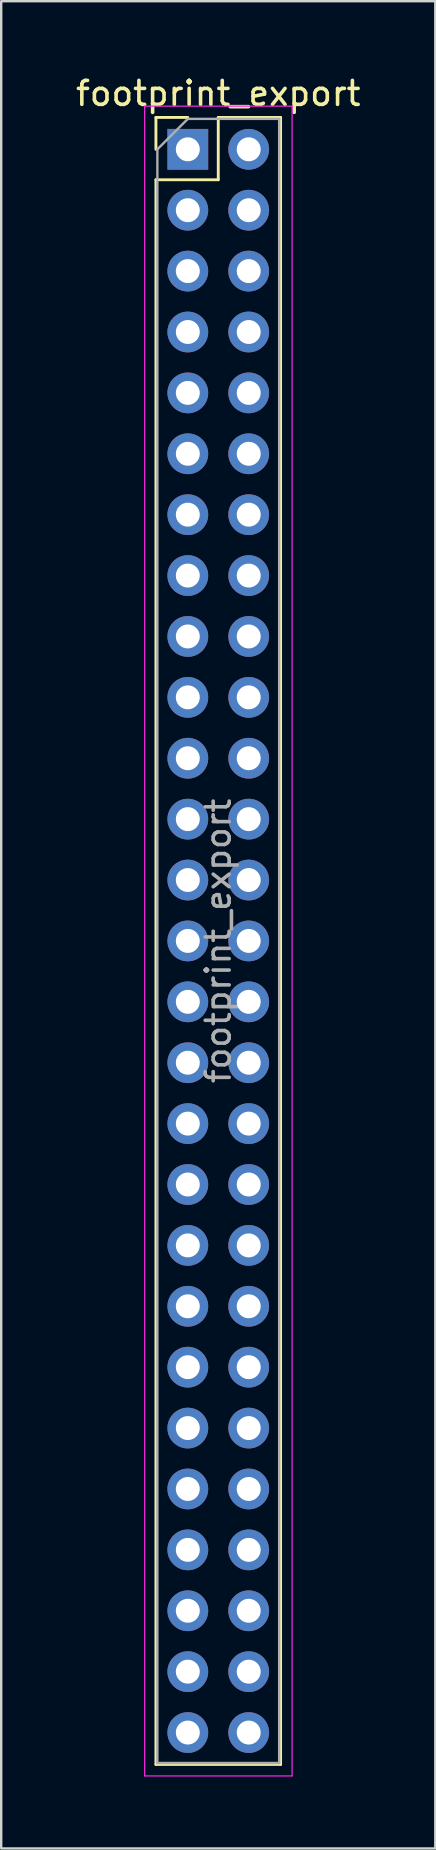
<source format=kicad_pcb>
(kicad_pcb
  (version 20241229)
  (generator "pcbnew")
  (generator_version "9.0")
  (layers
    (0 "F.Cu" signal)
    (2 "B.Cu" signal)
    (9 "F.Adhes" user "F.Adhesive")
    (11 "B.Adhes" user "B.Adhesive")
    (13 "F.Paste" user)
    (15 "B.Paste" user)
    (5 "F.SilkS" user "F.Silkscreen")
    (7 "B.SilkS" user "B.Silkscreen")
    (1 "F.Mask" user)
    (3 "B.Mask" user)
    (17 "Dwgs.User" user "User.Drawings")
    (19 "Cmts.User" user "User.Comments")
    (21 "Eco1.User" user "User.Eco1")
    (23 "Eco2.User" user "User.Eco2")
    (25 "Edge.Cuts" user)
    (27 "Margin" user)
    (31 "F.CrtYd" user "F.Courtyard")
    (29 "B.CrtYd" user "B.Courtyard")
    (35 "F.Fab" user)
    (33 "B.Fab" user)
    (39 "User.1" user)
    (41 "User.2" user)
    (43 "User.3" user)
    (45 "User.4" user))
  (footprint "footprint_export"
    (layer "F.Cu")
    (at 4.784 3.178)
    (property "Reference" "footprint_export" (at 1.27 -2.33 0) (layer "F.SilkS") (effects (font (size 1 1) (thickness 0.15))))
    (attr through_hole)
    (fp_line (start -1.33 -1.33) (end 0 -1.33) (stroke (width 0.12) (type solid)) (layer "F.SilkS"))
    (fp_line (start -1.33 0) (end -1.33 -1.33) (stroke (width 0.12) (type solid)) (layer "F.SilkS"))
    (fp_line (start -1.33 1.27) (end -1.33 67.37) (stroke (width 0.12) (type solid)) (layer "F.SilkS"))
    (fp_line (start -1.33 1.27) (end 1.27 1.27) (stroke (width 0.12) (type solid)) (layer "F.SilkS"))
    (fp_line (start -1.33 67.37) (end 3.87 67.37) (stroke (width 0.12) (type solid)) (layer "F.SilkS"))
    (fp_line (start 1.27 -1.33) (end 3.87 -1.33) (stroke (width 0.12) (type solid)) (layer "F.SilkS"))
    (fp_line (start 1.27 1.27) (end 1.27 -1.33) (stroke (width 0.12) (type solid)) (layer "F.SilkS"))
    (fp_line (start 3.87 -1.33) (end 3.87 67.37) (stroke (width 0.12) (type solid)) (layer "F.SilkS"))
    (fp_line (start -1.8 -1.8) (end -1.8 67.85) (stroke (width 0.05) (type solid)) (layer "F.CrtYd"))
    (fp_line (start -1.8 67.85) (end 4.35 67.85) (stroke (width 0.05) (type solid)) (layer "F.CrtYd"))
    (fp_line (start 4.35 -1.8) (end -1.8 -1.8) (stroke (width 0.05) (type solid)) (layer "F.CrtYd"))
    (fp_line (start 4.35 67.85) (end 4.35 -1.8) (stroke (width 0.05) (type solid)) (layer "F.CrtYd"))
    (fp_line (start -1.27 0) (end 0 -1.27) (stroke (width 0.1) (type solid)) (layer "F.Fab"))
    (fp_line (start -1.27 67.31) (end -1.27 0) (stroke (width 0.1) (type solid)) (layer "F.Fab"))
    (fp_line (start 0 -1.27) (end 3.81 -1.27) (stroke (width 0.1) (type solid)) (layer "F.Fab"))
    (fp_line (start 3.81 -1.27) (end 3.81 67.31) (stroke (width 0.1) (type solid)) (layer "F.Fab"))
    (fp_line (start 3.81 67.31) (end -1.27 67.31) (stroke (width 0.1) (type solid)) (layer "F.Fab"))
    (fp_text user "${REFERENCE}" (at 1.27 33.02 90) (layer "F.Fab") (effects (font (size 1 1) (thickness 0.15))))
    (pad "1" thru_hole rect (at 0 0) (size 1.7 1.7) (drill 1) (layers "*.Cu" "*.Mask"))
    (pad "2" thru_hole oval (at 2.54 0) (size 1.7 1.7) (drill 1) (layers "*.Cu" "*.Mask"))
    (pad "3" thru_hole oval (at 0 2.54) (size 1.7 1.7) (drill 1) (layers "*.Cu" "*.Mask"))
    (pad "4" thru_hole oval (at 2.54 2.54) (size 1.7 1.7) (drill 1) (layers "*.Cu" "*.Mask"))
    (pad "5" thru_hole oval (at 0 5.08) (size 1.7 1.7) (drill 1) (layers "*.Cu" "*.Mask"))
    (pad "6" thru_hole oval (at 2.54 5.08) (size 1.7 1.7) (drill 1) (layers "*.Cu" "*.Mask"))
    (pad "7" thru_hole oval (at 0 7.62) (size 1.7 1.7) (drill 1) (layers "*.Cu" "*.Mask"))
    (pad "8" thru_hole oval (at 2.54 7.62) (size 1.7 1.7) (drill 1) (layers "*.Cu" "*.Mask"))
    (pad "9" thru_hole oval (at 0 10.16) (size 1.7 1.7) (drill 1) (layers "*.Cu" "*.Mask"))
    (pad "10" thru_hole oval (at 2.54 10.16) (size 1.7 1.7) (drill 1) (layers "*.Cu" "*.Mask"))
    (pad "11" thru_hole oval (at 0 12.7) (size 1.7 1.7) (drill 1) (layers "*.Cu" "*.Mask"))
    (pad "12" thru_hole oval (at 2.54 12.7) (size 1.7 1.7) (drill 1) (layers "*.Cu" "*.Mask"))
    (pad "13" thru_hole oval (at 0 15.24) (size 1.7 1.7) (drill 1) (layers "*.Cu" "*.Mask"))
    (pad "14" thru_hole oval (at 2.54 15.24) (size 1.7 1.7) (drill 1) (layers "*.Cu" "*.Mask"))
    (pad "15" thru_hole oval (at 0 17.78) (size 1.7 1.7) (drill 1) (layers "*.Cu" "*.Mask"))
    (pad "16" thru_hole oval (at 2.54 17.78) (size 1.7 1.7) (drill 1) (layers "*.Cu" "*.Mask"))
    (pad "17" thru_hole oval (at 0 20.32) (size 1.7 1.7) (drill 1) (layers "*.Cu" "*.Mask"))
    (pad "18" thru_hole oval (at 2.54 20.32) (size 1.7 1.7) (drill 1) (layers "*.Cu" "*.Mask"))
    (pad "19" thru_hole oval (at 0 22.86) (size 1.7 1.7) (drill 1) (layers "*.Cu" "*.Mask"))
    (pad "20" thru_hole oval (at 2.54 22.86) (size 1.7 1.7) (drill 1) (layers "*.Cu" "*.Mask"))
    (pad "21" thru_hole oval (at 0 25.4) (size 1.7 1.7) (drill 1) (layers "*.Cu" "*.Mask"))
    (pad "22" thru_hole oval (at 2.54 25.4) (size 1.7 1.7) (drill 1) (layers "*.Cu" "*.Mask"))
    (pad "23" thru_hole oval (at 0 27.94) (size 1.7 1.7) (drill 1) (layers "*.Cu" "*.Mask"))
    (pad "24" thru_hole oval (at 2.54 27.94) (size 1.7 1.7) (drill 1) (layers "*.Cu" "*.Mask"))
    (pad "25" thru_hole oval (at 0 30.48) (size 1.7 1.7) (drill 1) (layers "*.Cu" "*.Mask"))
    (pad "26" thru_hole oval (at 2.54 30.48) (size 1.7 1.7) (drill 1) (layers "*.Cu" "*.Mask"))
    (pad "27" thru_hole oval (at 0 33.02) (size 1.7 1.7) (drill 1) (layers "*.Cu" "*.Mask"))
    (pad "28" thru_hole oval (at 2.54 33.02) (size 1.7 1.7) (drill 1) (layers "*.Cu" "*.Mask"))
    (pad "29" thru_hole oval (at 0 35.56) (size 1.7 1.7) (drill 1) (layers "*.Cu" "*.Mask"))
    (pad "30" thru_hole oval (at 2.54 35.56) (size 1.7 1.7) (drill 1) (layers "*.Cu" "*.Mask"))
    (pad "31" thru_hole oval (at 0 38.1) (size 1.7 1.7) (drill 1) (layers "*.Cu" "*.Mask"))
    (pad "32" thru_hole oval (at 2.54 38.1) (size 1.7 1.7) (drill 1) (layers "*.Cu" "*.Mask"))
    (pad "33" thru_hole oval (at 0 40.64) (size 1.7 1.7) (drill 1) (layers "*.Cu" "*.Mask"))
    (pad "34" thru_hole oval (at 2.54 40.64) (size 1.7 1.7) (drill 1) (layers "*.Cu" "*.Mask"))
    (pad "35" thru_hole oval (at 0 43.18) (size 1.7 1.7) (drill 1) (layers "*.Cu" "*.Mask"))
    (pad "36" thru_hole oval (at 2.54 43.18) (size 1.7 1.7) (drill 1) (layers "*.Cu" "*.Mask"))
    (pad "37" thru_hole oval (at 0 45.72) (size 1.7 1.7) (drill 1) (layers "*.Cu" "*.Mask"))
    (pad "38" thru_hole oval (at 2.54 45.72) (size 1.7 1.7) (drill 1) (layers "*.Cu" "*.Mask"))
    (pad "39" thru_hole oval (at 0 48.26) (size 1.7 1.7) (drill 1) (layers "*.Cu" "*.Mask"))
    (pad "40" thru_hole oval (at 2.54 48.26) (size 1.7 1.7) (drill 1) (layers "*.Cu" "*.Mask"))
    (pad "41" thru_hole oval (at 0 50.8) (size 1.7 1.7) (drill 1) (layers "*.Cu" "*.Mask"))
    (pad "42" thru_hole oval (at 2.54 50.8) (size 1.7 1.7) (drill 1) (layers "*.Cu" "*.Mask"))
    (pad "43" thru_hole oval (at 0 53.34) (size 1.7 1.7) (drill 1) (layers "*.Cu" "*.Mask"))
    (pad "44" thru_hole oval (at 2.54 53.34) (size 1.7 1.7) (drill 1) (layers "*.Cu" "*.Mask"))
    (pad "45" thru_hole oval (at 0 55.88) (size 1.7 1.7) (drill 1) (layers "*.Cu" "*.Mask"))
    (pad "46" thru_hole oval (at 2.54 55.88) (size 1.7 1.7) (drill 1) (layers "*.Cu" "*.Mask"))
    (pad "47" thru_hole oval (at 0 58.42) (size 1.7 1.7) (drill 1) (layers "*.Cu" "*.Mask"))
    (pad "48" thru_hole oval (at 2.54 58.42) (size 1.7 1.7) (drill 1) (layers "*.Cu" "*.Mask"))
    (pad "49" thru_hole oval (at 0 60.96) (size 1.7 1.7) (drill 1) (layers "*.Cu" "*.Mask"))
    (pad "50" thru_hole oval (at 2.54 60.96) (size 1.7 1.7) (drill 1) (layers "*.Cu" "*.Mask"))
    (pad "51" thru_hole oval (at 0 63.5) (size 1.7 1.7) (drill 1) (layers "*.Cu" "*.Mask"))
    (pad "52" thru_hole oval (at 2.54 63.5) (size 1.7 1.7) (drill 1) (layers "*.Cu" "*.Mask"))
    (pad "53" thru_hole oval (at 0 66.04) (size 1.7 1.7) (drill 1) (layers "*.Cu" "*.Mask"))
    (pad "54" thru_hole oval (at 2.54 66.04) (size 1.7 1.7) (drill 1) (layers "*.Cu" "*.Mask")))
  (gr_rect
    (start -3 -3)
    (end 15.107 74.053)
    (stroke (width 0.1) (type default))
    (fill no)
    (layer "Edge.Cuts")))
</source>
